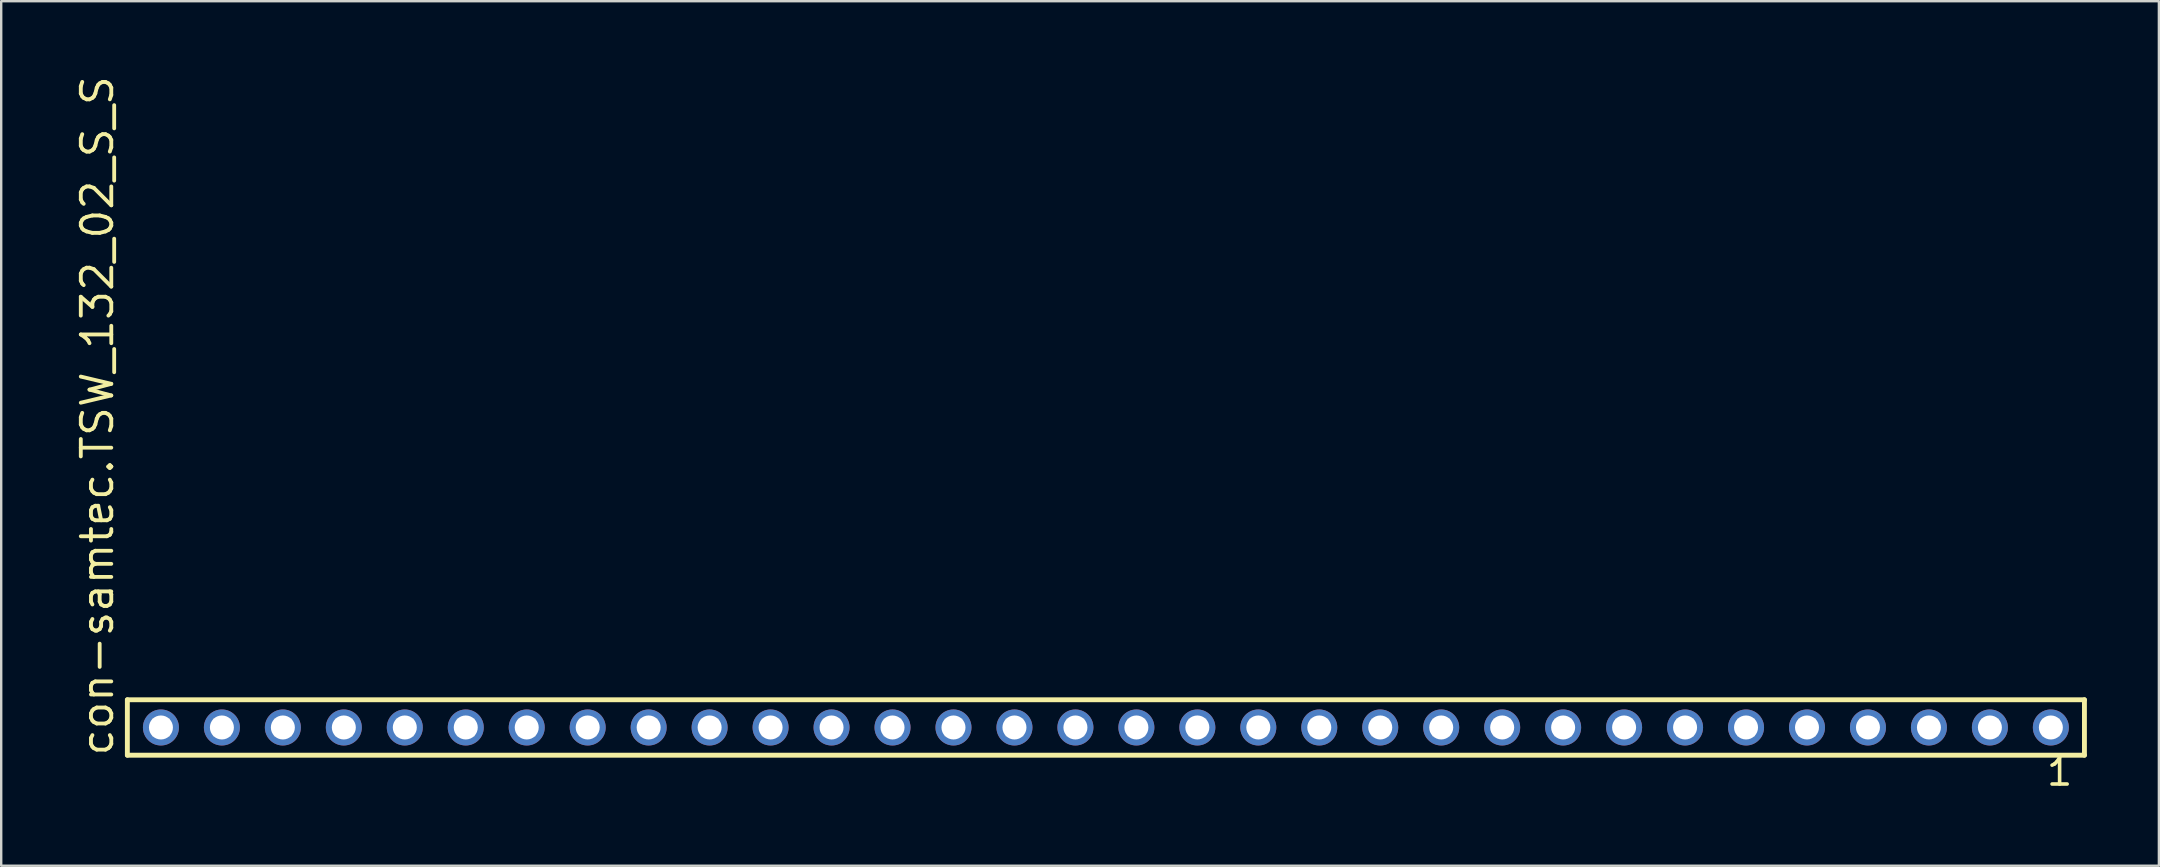
<source format=kicad_pcb>
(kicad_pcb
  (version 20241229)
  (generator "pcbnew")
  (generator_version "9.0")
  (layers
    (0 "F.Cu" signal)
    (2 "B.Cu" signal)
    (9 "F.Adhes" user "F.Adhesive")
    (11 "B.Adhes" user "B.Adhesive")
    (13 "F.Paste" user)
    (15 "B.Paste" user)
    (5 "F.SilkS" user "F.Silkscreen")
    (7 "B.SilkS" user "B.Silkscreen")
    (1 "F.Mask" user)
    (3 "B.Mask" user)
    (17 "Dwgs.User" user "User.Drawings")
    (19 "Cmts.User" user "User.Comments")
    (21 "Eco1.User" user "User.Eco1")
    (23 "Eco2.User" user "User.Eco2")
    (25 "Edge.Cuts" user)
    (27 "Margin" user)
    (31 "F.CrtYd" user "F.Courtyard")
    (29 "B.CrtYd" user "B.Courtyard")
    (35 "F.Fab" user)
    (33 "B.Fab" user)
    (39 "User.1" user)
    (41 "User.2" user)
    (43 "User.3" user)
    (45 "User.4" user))
  (footprint "con-samtec.TSW_132_02_S_S"
    (layer "F.Cu")
    (at 43.025 27.259)
    (property "Reference" "con-samtec.TSW_132_02_S_S" (at -41.275 1.27 90) (layer "F.SilkS") (effects (font (size 1.27 1.27) (thickness 0.16)) (justify left bottom)))
    (attr through_hole)
    (fp_line (start -40.769 -1.155) (end 40.769 -1.155) (stroke (width 0.203) (type default)) (layer "F.SilkS"))
    (fp_line (start -40.769 1.155) (end -40.769 -1.155) (stroke (width 0.203) (type default)) (layer "F.SilkS"))
    (fp_line (start 40.769 -1.155) (end 40.769 1.155) (stroke (width 0.203) (type default)) (layer "F.SilkS"))
    (fp_line (start 40.769 1.155) (end -40.769 1.155) (stroke (width 0.203) (type default)) (layer "F.SilkS"))
    (fp_rect (start -39.72 0.35) (end -39.02 -0.35) (stroke (width 0.05) (type default)) (fill no) (layer "F.Fab"))
    (fp_rect (start -37.18 0.35) (end -36.48 -0.35) (stroke (width 0.05) (type default)) (fill no) (layer "F.Fab"))
    (fp_rect (start -34.64 0.35) (end -33.94 -0.35) (stroke (width 0.05) (type default)) (fill no) (layer "F.Fab"))
    (fp_rect (start -32.1 0.35) (end -31.4 -0.35) (stroke (width 0.05) (type default)) (fill no) (layer "F.Fab"))
    (fp_rect (start -29.56 0.35) (end -28.86 -0.35) (stroke (width 0.05) (type default)) (fill no) (layer "F.Fab"))
    (fp_rect (start -27.02 0.35) (end -26.32 -0.35) (stroke (width 0.05) (type default)) (fill no) (layer "F.Fab"))
    (fp_rect (start -24.48 0.35) (end -23.78 -0.35) (stroke (width 0.05) (type default)) (fill no) (layer "F.Fab"))
    (fp_rect (start -21.94 0.35) (end -21.24 -0.35) (stroke (width 0.05) (type default)) (fill no) (layer "F.Fab"))
    (fp_rect (start -19.4 0.35) (end -18.7 -0.35) (stroke (width 0.05) (type default)) (fill no) (layer "F.Fab"))
    (fp_rect (start -16.86 0.35) (end -16.16 -0.35) (stroke (width 0.05) (type default)) (fill no) (layer "F.Fab"))
    (fp_rect (start -14.32 0.35) (end -13.62 -0.35) (stroke (width 0.05) (type default)) (fill no) (layer "F.Fab"))
    (fp_rect (start -11.78 0.35) (end -11.08 -0.35) (stroke (width 0.05) (type default)) (fill no) (layer "F.Fab"))
    (fp_rect (start -9.24 0.35) (end -8.54 -0.35) (stroke (width 0.05) (type default)) (fill no) (layer "F.Fab"))
    (fp_rect (start -6.7 0.35) (end -6 -0.35) (stroke (width 0.05) (type default)) (fill no) (layer "F.Fab"))
    (fp_rect (start -4.16 0.35) (end -3.46 -0.35) (stroke (width 0.05) (type default)) (fill no) (layer "F.Fab"))
    (fp_rect (start -1.62 0.35) (end -0.92 -0.35) (stroke (width 0.05) (type default)) (fill no) (layer "F.Fab"))
    (fp_rect (start 0.92 0.35) (end 1.62 -0.35) (stroke (width 0.05) (type default)) (fill no) (layer "F.Fab"))
    (fp_rect (start 3.46 0.35) (end 4.16 -0.35) (stroke (width 0.05) (type default)) (fill no) (layer "F.Fab"))
    (fp_rect (start 6 0.35) (end 6.7 -0.35) (stroke (width 0.05) (type default)) (fill no) (layer "F.Fab"))
    (fp_rect (start 8.54 0.35) (end 9.24 -0.35) (stroke (width 0.05) (type default)) (fill no) (layer "F.Fab"))
    (fp_rect (start 11.08 0.35) (end 11.78 -0.35) (stroke (width 0.05) (type default)) (fill no) (layer "F.Fab"))
    (fp_rect (start 13.62 0.35) (end 14.32 -0.35) (stroke (width 0.05) (type default)) (fill no) (layer "F.Fab"))
    (fp_rect (start 16.16 0.35) (end 16.86 -0.35) (stroke (width 0.05) (type default)) (fill no) (layer "F.Fab"))
    (fp_rect (start 18.7 0.35) (end 19.4 -0.35) (stroke (width 0.05) (type default)) (fill no) (layer "F.Fab"))
    (fp_rect (start 21.24 0.35) (end 21.94 -0.35) (stroke (width 0.05) (type default)) (fill no) (layer "F.Fab"))
    (fp_rect (start 23.78 0.35) (end 24.48 -0.35) (stroke (width 0.05) (type default)) (fill no) (layer "F.Fab"))
    (fp_rect (start 26.32 0.35) (end 27.02 -0.35) (stroke (width 0.05) (type default)) (fill no) (layer "F.Fab"))
    (fp_rect (start 28.86 0.35) (end 29.56 -0.35) (stroke (width 0.05) (type default)) (fill no) (layer "F.Fab"))
    (fp_rect (start 31.4 0.35) (end 32.1 -0.35) (stroke (width 0.05) (type default)) (fill no) (layer "F.Fab"))
    (fp_rect (start 33.94 0.35) (end 34.64 -0.35) (stroke (width 0.05) (type default)) (fill no) (layer "F.Fab"))
    (fp_rect (start 36.48 0.35) (end 37.18 -0.35) (stroke (width 0.05) (type default)) (fill no) (layer "F.Fab"))
    (fp_rect (start 39.02 0.35) (end 39.72 -0.35) (stroke (width 0.05) (type default)) (fill no) (layer "F.Fab"))
    (fp_text user "1" (at 39.112 2.498 0) (layer "F.SilkS") (effects (font (size 1.1 1.1) (thickness 0.15)) (justify left bottom)))
    (pad "1" thru_hole circle (at 39.37 0 180) (size 1.5 1.5) (drill 1) (layers "*.Cu" "*.Mask"))
    (pad "2" thru_hole circle (at 36.83 0 180) (size 1.5 1.5) (drill 1) (layers "*.Cu" "*.Mask"))
    (pad "3" thru_hole circle (at 34.29 0 180) (size 1.5 1.5) (drill 1) (layers "*.Cu" "*.Mask"))
    (pad "4" thru_hole circle (at 31.75 0 180) (size 1.5 1.5) (drill 1) (layers "*.Cu" "*.Mask"))
    (pad "5" thru_hole circle (at 29.21 0 180) (size 1.5 1.5) (drill 1) (layers "*.Cu" "*.Mask"))
    (pad "6" thru_hole circle (at 26.67 0 180) (size 1.5 1.5) (drill 1) (layers "*.Cu" "*.Mask"))
    (pad "7" thru_hole circle (at 24.13 0 180) (size 1.5 1.5) (drill 1) (layers "*.Cu" "*.Mask"))
    (pad "8" thru_hole circle (at 21.59 0 180) (size 1.5 1.5) (drill 1) (layers "*.Cu" "*.Mask"))
    (pad "9" thru_hole circle (at 19.05 0 180) (size 1.5 1.5) (drill 1) (layers "*.Cu" "*.Mask"))
    (pad "10" thru_hole circle (at 16.51 0 180) (size 1.5 1.5) (drill 1) (layers "*.Cu" "*.Mask"))
    (pad "11" thru_hole circle (at 13.97 0 180) (size 1.5 1.5) (drill 1) (layers "*.Cu" "*.Mask"))
    (pad "12" thru_hole circle (at 11.43 0 180) (size 1.5 1.5) (drill 1) (layers "*.Cu" "*.Mask"))
    (pad "13" thru_hole circle (at 8.89 0 180) (size 1.5 1.5) (drill 1) (layers "*.Cu" "*.Mask"))
    (pad "14" thru_hole circle (at 6.35 0 180) (size 1.5 1.5) (drill 1) (layers "*.Cu" "*.Mask"))
    (pad "15" thru_hole circle (at 3.81 0 180) (size 1.5 1.5) (drill 1) (layers "*.Cu" "*.Mask"))
    (pad "16" thru_hole circle (at 1.27 0 180) (size 1.5 1.5) (drill 1) (layers "*.Cu" "*.Mask"))
    (pad "17" thru_hole circle (at -1.27 0 180) (size 1.5 1.5) (drill 1) (layers "*.Cu" "*.Mask"))
    (pad "18" thru_hole circle (at -3.81 0 180) (size 1.5 1.5) (drill 1) (layers "*.Cu" "*.Mask"))
    (pad "19" thru_hole circle (at -6.35 0 180) (size 1.5 1.5) (drill 1) (layers "*.Cu" "*.Mask"))
    (pad "20" thru_hole circle (at -8.89 0 180) (size 1.5 1.5) (drill 1) (layers "*.Cu" "*.Mask"))
    (pad "21" thru_hole circle (at -11.43 0 180) (size 1.5 1.5) (drill 1) (layers "*.Cu" "*.Mask"))
    (pad "22" thru_hole circle (at -13.97 0 180) (size 1.5 1.5) (drill 1) (layers "*.Cu" "*.Mask"))
    (pad "23" thru_hole circle (at -16.51 0 180) (size 1.5 1.5) (drill 1) (layers "*.Cu" "*.Mask"))
    (pad "24" thru_hole circle (at -19.05 0 180) (size 1.5 1.5) (drill 1) (layers "*.Cu" "*.Mask"))
    (pad "25" thru_hole circle (at -21.59 0 180) (size 1.5 1.5) (drill 1) (layers "*.Cu" "*.Mask"))
    (pad "26" thru_hole circle (at -24.13 0 180) (size 1.5 1.5) (drill 1) (layers "*.Cu" "*.Mask"))
    (pad "27" thru_hole circle (at -26.67 0 180) (size 1.5 1.5) (drill 1) (layers "*.Cu" "*.Mask"))
    (pad "28" thru_hole circle (at -29.21 0 180) (size 1.5 1.5) (drill 1) (layers "*.Cu" "*.Mask"))
    (pad "29" thru_hole circle (at -31.75 0 180) (size 1.5 1.5) (drill 1) (layers "*.Cu" "*.Mask"))
    (pad "30" thru_hole circle (at -34.29 0 180) (size 1.5 1.5) (drill 1) (layers "*.Cu" "*.Mask"))
    (pad "31" thru_hole circle (at -36.83 0 180) (size 1.5 1.5) (drill 1) (layers "*.Cu" "*.Mask"))
    (pad "32" thru_hole circle (at -39.37 0 180) (size 1.5 1.5) (drill 1) (layers "*.Cu" "*.Mask")))
  (gr_rect
    (start -3 -3)
    (end 86.896 33.02)
    (stroke (width 0.1) (type default))
    (fill no)
    (layer "Edge.Cuts")))
</source>
